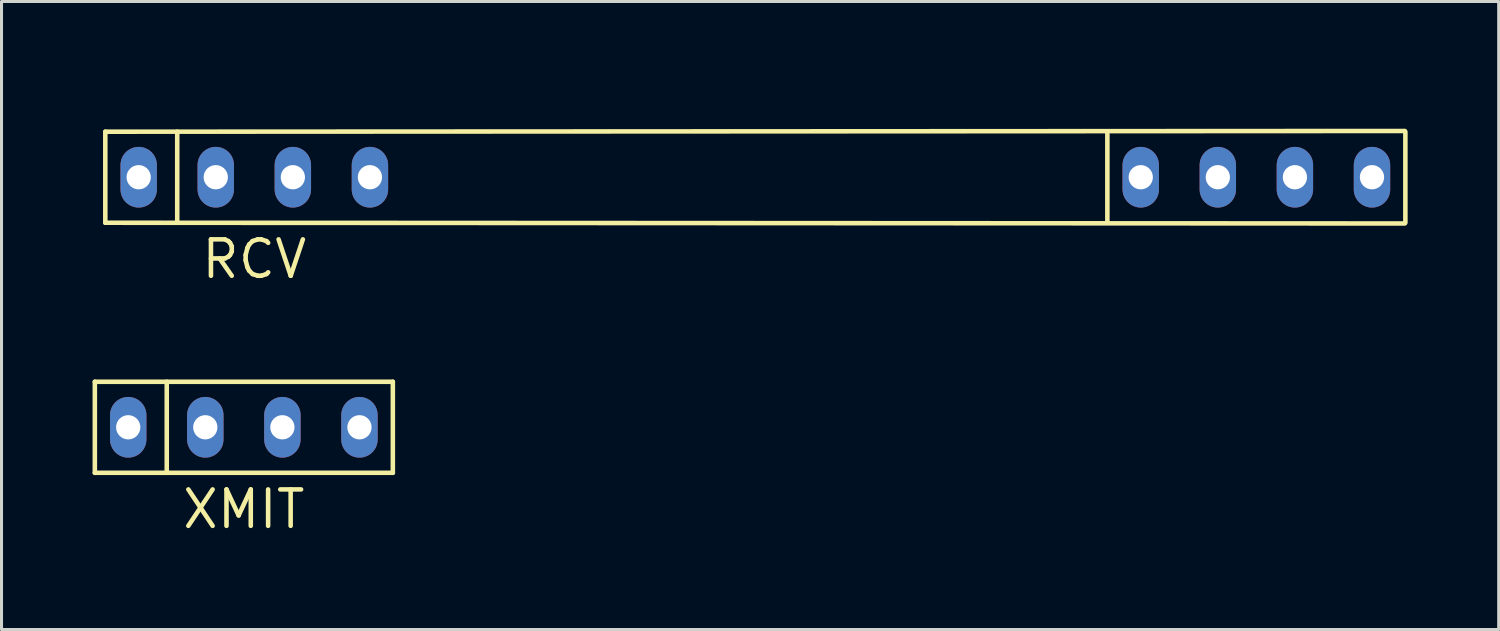
<source format=kicad_pcb>
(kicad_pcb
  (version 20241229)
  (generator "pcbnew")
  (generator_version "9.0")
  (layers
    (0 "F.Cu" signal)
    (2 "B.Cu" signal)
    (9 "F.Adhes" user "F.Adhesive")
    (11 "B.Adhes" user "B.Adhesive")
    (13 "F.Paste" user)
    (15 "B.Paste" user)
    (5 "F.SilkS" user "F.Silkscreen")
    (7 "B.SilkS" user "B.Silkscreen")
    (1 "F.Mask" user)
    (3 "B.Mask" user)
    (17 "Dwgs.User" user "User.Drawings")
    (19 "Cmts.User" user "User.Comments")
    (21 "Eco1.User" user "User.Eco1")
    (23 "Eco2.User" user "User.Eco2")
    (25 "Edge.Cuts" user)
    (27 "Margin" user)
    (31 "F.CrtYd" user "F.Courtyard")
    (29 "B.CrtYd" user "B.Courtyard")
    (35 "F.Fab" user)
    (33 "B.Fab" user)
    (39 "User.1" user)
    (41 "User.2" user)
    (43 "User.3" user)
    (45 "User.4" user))
  (footprint "RCV"
    (layer "F.Cu")
    (at 0.25 0.25)
    (property "Reference" "RCV" (at 5.08 5.24 0) (layer "F.SilkS") (effects (font (size 1.2 1.2) (thickness 0.15))))
    (attr through_hole)
    (fp_line (start 0.17 1.04) (end 42.989 1.016) (stroke (width 0.15) (type solid)) (layer "F.SilkS"))
    (fp_line (start 0.17 4.04) (end 0.17 1.04) (stroke (width 0.15) (type solid)) (layer "F.SilkS"))
    (fp_line (start 2.54 1.04) (end 2.54 4.04) (stroke (width 0.15) (type solid)) (layer "F.SilkS"))
    (fp_line (start 33.19 4.04) (end 33.19 1.04) (stroke (width 0.15) (type solid)) (layer "F.SilkS"))
    (fp_line (start 42.989 4.064) (end 0.17 4.04) (stroke (width 0.15) (type solid)) (layer "F.SilkS"))
    (fp_line (start 43.01 1.04) (end 43.01 4.04) (stroke (width 0.15) (type solid)) (layer "F.SilkS"))
    (pad "1" thru_hole oval (at 1.27 2.54) (size 1.2 2) (drill 0.8) (layers "*.Cu" "*.Mask"))
    (pad "2" thru_hole oval (at 3.81 2.54) (size 1.2 2) (drill 0.8) (layers "*.Cu" "*.Mask"))
    (pad "3" thru_hole oval (at 6.35 2.54) (size 1.2 2) (drill 0.8) (layers "*.Cu" "*.Mask"))
    (pad "4" thru_hole oval (at 8.89 2.54) (size 1.2 2) (drill 0.8) (layers "*.Cu" "*.Mask"))
    (pad "5" thru_hole oval (at 34.29 2.54) (size 1.2 2) (drill 0.8) (layers "*.Cu" "*.Mask"))
    (pad "6" thru_hole oval (at 36.83 2.54) (size 1.2 2) (drill 0.8) (layers "*.Cu" "*.Mask"))
    (pad "7" thru_hole oval (at 39.37 2.54) (size 1.2 2) (drill 0.8) (layers "*.Cu" "*.Mask"))
    (pad "8" thru_hole oval (at 41.91 2.54) (size 1.2 2) (drill 0.8) (layers "*.Cu" "*.Mask")))
  (footprint "XMIT"
    (layer "F.Cu")
    (at 4.985 11.03)
    (property "Reference" "XMIT" (at 0 2.7 0) (layer "F.SilkS") (effects (font (size 1.2 1.2) (thickness 0.15))))
    (attr through_hole)
    (fp_line (start -4.91 -1.5) (end 4.91 -1.5) (stroke (width 0.15) (type solid)) (layer "F.SilkS"))
    (fp_line (start -4.91 1.5) (end -4.91 -1.5) (stroke (width 0.15) (type solid)) (layer "F.SilkS"))
    (fp_line (start -2.54 -1.5) (end -2.54 1.5) (stroke (width 0.15) (type solid)) (layer "F.SilkS"))
    (fp_line (start 4.91 -1.5) (end 4.91 1.5) (stroke (width 0.15) (type solid)) (layer "F.SilkS"))
    (fp_line (start 4.91 1.5) (end -4.91 1.5) (stroke (width 0.15) (type solid)) (layer "F.SilkS"))
    (pad "1" thru_hole oval (at -3.81 0) (size 1.2 2) (drill 0.8) (layers "*.Cu" "*.Mask"))
    (pad "2" thru_hole oval (at -1.27 0) (size 1.2 2) (drill 0.8) (layers "*.Cu" "*.Mask"))
    (pad "3" thru_hole oval (at 1.27 0) (size 1.2 2) (drill 0.8) (layers "*.Cu" "*.Mask"))
    (pad "4" thru_hole oval (at 3.81 0) (size 1.2 2) (drill 0.8) (layers "*.Cu" "*.Mask")))
  (gr_rect
    (start -3 -3)
    (end 46.335 17.695)
    (stroke (width 0.1) (type default))
    (fill no)
    (layer "Edge.Cuts")))
</source>
